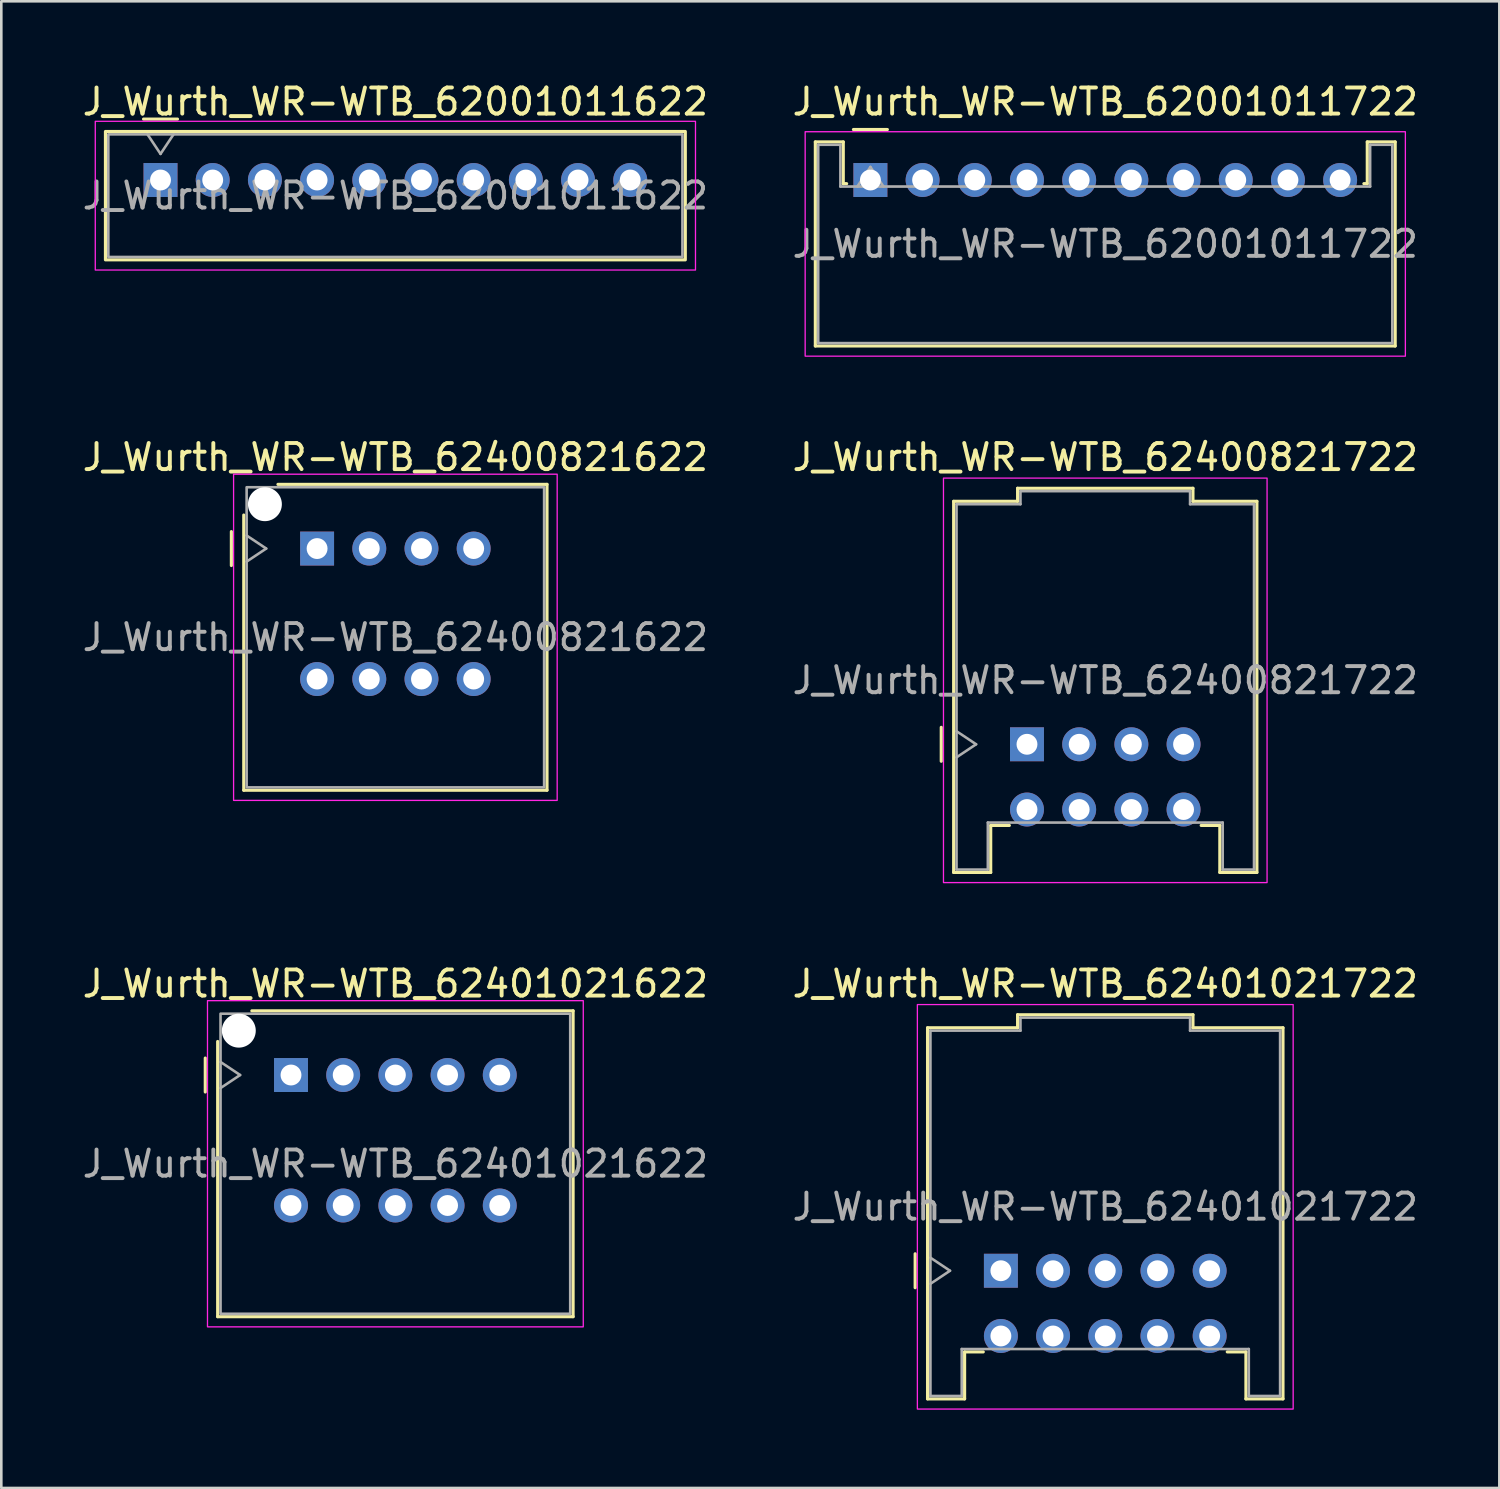
<source format=kicad_pcb>
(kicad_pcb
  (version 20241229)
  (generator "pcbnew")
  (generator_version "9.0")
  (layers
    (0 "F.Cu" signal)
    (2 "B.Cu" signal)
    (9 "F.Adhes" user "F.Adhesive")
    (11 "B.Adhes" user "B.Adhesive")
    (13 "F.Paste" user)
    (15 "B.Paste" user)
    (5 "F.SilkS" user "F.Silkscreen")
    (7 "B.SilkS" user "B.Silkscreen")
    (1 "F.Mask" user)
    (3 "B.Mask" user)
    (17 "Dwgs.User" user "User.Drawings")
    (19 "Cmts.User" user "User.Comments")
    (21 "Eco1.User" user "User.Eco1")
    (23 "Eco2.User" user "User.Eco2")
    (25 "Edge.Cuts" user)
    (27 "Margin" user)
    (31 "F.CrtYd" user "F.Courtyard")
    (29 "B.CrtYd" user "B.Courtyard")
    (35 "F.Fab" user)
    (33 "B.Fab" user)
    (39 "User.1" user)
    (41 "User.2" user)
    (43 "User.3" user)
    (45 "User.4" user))
  (footprint "J_Wurth_WR-WTB_62400821722"
    (layer "F.Cu")
    (at 36.304 25.471)
    (property "Reference" "J_Wurth_WR-WTB_62400821722" (at 3 -11 0) (unlocked yes) (layer "F.SilkS") (effects (font (size 1 1) (thickness 0.15))))
    (attr through_hole)
    (fp_line (start -3.285 -0.65) (end -3.285 0.65) (stroke (width 0.12) (type solid)) (layer "F.SilkS"))
    (fp_line (start -2.81 -9.31) (end -0.36 -9.31) (stroke (width 0.12) (type solid)) (layer "F.SilkS"))
    (fp_line (start -2.81 4.91) (end -2.81 -9.31) (stroke (width 0.12) (type default)) (layer "F.SilkS"))
    (fp_line (start -2.81 4.91) (end -1.39 4.91) (stroke (width 0.12) (type solid)) (layer "F.SilkS"))
    (fp_line (start -1.39 4.91) (end -1.39 3.11) (stroke (width 0.12) (type solid)) (layer "F.SilkS"))
    (fp_line (start -0.675 3.11) (end -1.39 3.11) (stroke (width 0.12) (type default)) (layer "F.SilkS"))
    (fp_line (start -0.36 -9.31) (end -0.36 -9.81) (stroke (width 0.12) (type solid)) (layer "F.SilkS"))
    (fp_line (start 6.36 -9.81) (end -0.36 -9.81) (stroke (width 0.12) (type default)) (layer "F.SilkS"))
    (fp_line (start 6.36 -9.31) (end 6.36 -9.81) (stroke (width 0.12) (type solid)) (layer "F.SilkS"))
    (fp_line (start 7.39 3.11) (end 6.675 3.11) (stroke (width 0.12) (type default)) (layer "F.SilkS"))
    (fp_line (start 7.39 4.91) (end 7.39 3.11) (stroke (width 0.12) (type solid)) (layer "F.SilkS"))
    (fp_line (start 8.81 -9.31) (end 6.36 -9.31) (stroke (width 0.12) (type solid)) (layer "F.SilkS"))
    (fp_line (start 8.81 -9.31) (end 8.81 4.91) (stroke (width 0.12) (type default)) (layer "F.SilkS"))
    (fp_line (start 8.81 4.91) (end 7.39 4.91) (stroke (width 0.12) (type solid)) (layer "F.SilkS"))
    (fp_rect (start -3.2 -10.2) (end 9.2 5.3) (stroke (width 0.05) (type solid)) (fill no) (layer "F.CrtYd"))
    (fp_line (start -2.7 -9.2) (end -0.25 -9.2) (stroke (width 0.1) (type solid)) (layer "F.Fab"))
    (fp_line (start -2.7 4.8) (end -2.7 -9.2) (stroke (width 0.1) (type default)) (layer "F.Fab"))
    (fp_line (start -2.7 4.8) (end -1.5 4.8) (stroke (width 0.1) (type solid)) (layer "F.Fab"))
    (fp_line (start -1.95 0) (end -2.7 -0.5) (stroke (width 0.1) (type solid)) (layer "F.Fab"))
    (fp_line (start -1.95 0) (end -2.7 0.5) (stroke (width 0.1) (type solid)) (layer "F.Fab"))
    (fp_line (start -1.5 4.8) (end -1.5 3) (stroke (width 0.1) (type solid)) (layer "F.Fab"))
    (fp_line (start -0.25 -9.2) (end -0.25 -9.7) (stroke (width 0.1) (type solid)) (layer "F.Fab"))
    (fp_line (start 6.25 -9.7) (end -0.25 -9.7) (stroke (width 0.1) (type default)) (layer "F.Fab"))
    (fp_line (start 6.25 -9.2) (end 6.25 -9.7) (stroke (width 0.1) (type solid)) (layer "F.Fab"))
    (fp_line (start 7.5 3) (end -1.5 3) (stroke (width 0.1) (type default)) (layer "F.Fab"))
    (fp_line (start 7.5 4.8) (end 7.5 3) (stroke (width 0.1) (type solid)) (layer "F.Fab"))
    (fp_line (start 8.7 -9.2) (end 6.25 -9.2) (stroke (width 0.1) (type solid)) (layer "F.Fab"))
    (fp_line (start 8.7 -9.2) (end 8.7 4.8) (stroke (width 0.1) (type default)) (layer "F.Fab"))
    (fp_line (start 8.7 4.8) (end 7.5 4.8) (stroke (width 0.1) (type solid)) (layer "F.Fab"))
    (fp_text user "${REFERENCE}" (at 3 -2.45 0) (unlocked yes) (layer "F.Fab") (effects (font (size 1 1) (thickness 0.15))))
    (pad "1" thru_hole rect (at 0 0 180) (size 1.3 1.3) (drill 0.8) (layers "*.Cu" "*.Mask"))
    (pad "2" thru_hole circle (at 0 2.5 180) (size 1.3 1.3) (drill 0.8) (layers "*.Cu" "*.Mask"))
    (pad "3" thru_hole circle (at 2 0 180) (size 1.3 1.3) (drill 0.8) (layers "*.Cu" "*.Mask"))
    (pad "4" thru_hole circle (at 2 2.5 180) (size 1.3 1.3) (drill 0.8) (layers "*.Cu" "*.Mask"))
    (pad "5" thru_hole circle (at 4 0 180) (size 1.3 1.3) (drill 0.8) (layers "*.Cu" "*.Mask"))
    (pad "6" thru_hole circle (at 4 2.5 180) (size 1.3 1.3) (drill 0.8) (layers "*.Cu" "*.Mask"))
    (pad "7" thru_hole circle (at 6 2.5 180) (size 1.3 1.3) (drill 0.8) (layers "*.Cu" "*.Mask"))
    (pad "8" thru_hole circle (at 6 0 180) (size 1.3 1.3) (drill 0.8) (layers "*.Cu" "*.Mask")))
  (footprint "J_Wurth_WR-WTB_62001011722"
    (layer "F.Cu")
    (at 30.304 3.848)
    (property "Reference" "J_Wurth_WR-WTB_62001011722" (at 9 -3 0) (unlocked yes) (layer "F.SilkS") (effects (font (size 1 1) (thickness 0.15))))
    (attr through_hole)
    (fp_line (start -2.11 -1.46) (end -1.04 -1.46) (stroke (width 0.12) (type solid)) (layer "F.SilkS"))
    (fp_line (start -2.11 6.36) (end -2.11 -1.46) (stroke (width 0.12) (type default)) (layer "F.SilkS"))
    (fp_line (start -1.04 -1.46) (end -1.04 0.14) (stroke (width 0.12) (type solid)) (layer "F.SilkS"))
    (fp_line (start -1.04 0.14) (end -0.91 0.14) (stroke (width 0.12) (type solid)) (layer "F.SilkS"))
    (fp_line (start 0.65 -1.935) (end -0.65 -1.935) (stroke (width 0.12) (type solid)) (layer "F.SilkS"))
    (fp_line (start 18.91 0.14) (end 19.04 0.14) (stroke (width 0.12) (type solid)) (layer "F.SilkS"))
    (fp_line (start 19.04 -1.46) (end 19.04 0.14) (stroke (width 0.12) (type solid)) (layer "F.SilkS"))
    (fp_line (start 20.11 -1.46) (end 19.04 -1.46) (stroke (width 0.12) (type solid)) (layer "F.SilkS"))
    (fp_line (start 20.11 -1.46) (end 20.11 6.36) (stroke (width 0.12) (type default)) (layer "F.SilkS"))
    (fp_line (start 20.11 6.36) (end -2.11 6.36) (stroke (width 0.12) (type default)) (layer "F.SilkS"))
    (fp_rect (start -2.5 -1.85) (end 20.5 6.75) (stroke (width 0.05) (type solid)) (fill no) (layer "F.CrtYd"))
    (fp_line (start -2 -1.35) (end -1.15 -1.35) (stroke (width 0.1) (type solid)) (layer "F.Fab"))
    (fp_line (start -2 6.25) (end -2 -1.35) (stroke (width 0.1) (type default)) (layer "F.Fab"))
    (fp_line (start -1.15 -1.35) (end -1.15 0.25) (stroke (width 0.1) (type solid)) (layer "F.Fab"))
    (fp_line (start -1.15 0.25) (end 19.15 0.25) (stroke (width 0.1) (type solid)) (layer "F.Fab"))
    (fp_line (start 0 -0.5) (end -0.5 0.25) (stroke (width 0.1) (type solid)) (layer "F.Fab"))
    (fp_line (start 0 -0.5) (end 0.5 0.25) (stroke (width 0.1) (type solid)) (layer "F.Fab"))
    (fp_line (start 19.15 -1.35) (end 19.15 0.25) (stroke (width 0.1) (type solid)) (layer "F.Fab"))
    (fp_line (start 20 -1.35) (end 19.15 -1.35) (stroke (width 0.1) (type solid)) (layer "F.Fab"))
    (fp_line (start 20 -1.35) (end 20 6.25) (stroke (width 0.1) (type default)) (layer "F.Fab"))
    (fp_line (start 20 6.25) (end -2 6.25) (stroke (width 0.1) (type default)) (layer "F.Fab"))
    (fp_text user "${REFERENCE}" (at 9 2.45 0) (unlocked yes) (layer "F.Fab") (effects (font (size 1 1) (thickness 0.15))))
    (pad "1" thru_hole rect (at 0 0) (size 1.3 1.3) (drill 0.8) (layers "*.Cu" "*.Mask"))
    (pad "2" thru_hole circle (at 2 0) (size 1.3 1.3) (drill 0.8) (layers "*.Cu" "*.Mask"))
    (pad "3" thru_hole circle (at 4 0) (size 1.3 1.3) (drill 0.8) (layers "*.Cu" "*.Mask"))
    (pad "4" thru_hole circle (at 6 0) (size 1.3 1.3) (drill 0.8) (layers "*.Cu" "*.Mask"))
    (pad "5" thru_hole circle (at 8 0) (size 1.3 1.3) (drill 0.8) (layers "*.Cu" "*.Mask"))
    (pad "6" thru_hole circle (at 10 0) (size 1.3 1.3) (drill 0.8) (layers "*.Cu" "*.Mask"))
    (pad "7" thru_hole circle (at 12 0) (size 1.3 1.3) (drill 0.8) (layers "*.Cu" "*.Mask"))
    (pad "8" thru_hole circle (at 14 0) (size 1.3 1.3) (drill 0.8) (layers "*.Cu" "*.Mask"))
    (pad "9" thru_hole circle (at 16 0) (size 1.3 1.3) (drill 0.8) (layers "*.Cu" "*.Mask"))
    (pad "10" thru_hole circle (at 18 0) (size 1.3 1.3) (drill 0.8) (layers "*.Cu" "*.Mask")))
  (footprint "J_Wurth_WR-WTB_62400821622"
    (layer "F.Cu")
    (at 9.101 17.971)
    (property "Reference" "J_Wurth_WR-WTB_62400821622" (at 3 -3.5 0) (unlocked yes) (layer "F.SilkS") (effects (font (size 1 1) (thickness 0.15))))
    (attr through_hole)
    (fp_line (start -3.285 -0.65) (end -3.285 0.65) (stroke (width 0.12) (type solid)) (layer "F.SilkS"))
    (fp_line (start -2.81 9.26) (end -2.81 -1.285) (stroke (width 0.12) (type default)) (layer "F.SilkS"))
    (fp_line (start -1.5 -2.46) (end 8.81 -2.46) (stroke (width 0.12) (type default)) (layer "F.SilkS"))
    (fp_line (start 8.81 -2.46) (end 8.81 9.26) (stroke (width 0.12) (type default)) (layer "F.SilkS"))
    (fp_line (start 8.81 9.26) (end -2.81 9.26) (stroke (width 0.12) (type default)) (layer "F.SilkS"))
    (fp_rect (start -3.2 -2.85) (end 9.2 9.65) (stroke (width 0.05) (type default)) (fill no) (layer "F.CrtYd"))
    (fp_line (start -1.95 0) (end -2.7 -0.5) (stroke (width 0.1) (type solid)) (layer "F.Fab"))
    (fp_line (start -1.95 0) (end -2.7 0.5) (stroke (width 0.1) (type solid)) (layer "F.Fab"))
    (fp_rect (start -2.7 -2.35) (end 8.7 9.15) (stroke (width 0.1) (type solid)) (fill no) (layer "F.Fab"))
    (fp_text user "${REFERENCE}" (at 3 3.4 0) (unlocked yes) (layer "F.Fab") (effects (font (size 1 1) (thickness 0.15))))
    (pad "" np_thru_hole circle (at -2 -1.7) (size 1.3 1.3) (drill 1.3) (layers "*.Cu" "*.Mask"))
    (pad "1" thru_hole rect (at 0 0) (size 1.3 1.3) (drill 0.8) (layers "*.Cu" "*.Mask"))
    (pad "2" thru_hole circle (at 0 5) (size 1.3 1.3) (drill 0.8) (layers "*.Cu" "*.Mask"))
    (pad "3" thru_hole circle (at 2 0) (size 1.3 1.3) (drill 0.8) (layers "*.Cu" "*.Mask"))
    (pad "4" thru_hole circle (at 2 5) (size 1.3 1.3) (drill 0.8) (layers "*.Cu" "*.Mask"))
    (pad "5" thru_hole circle (at 4 0) (size 1.3 1.3) (drill 0.8) (layers "*.Cu" "*.Mask"))
    (pad "6" thru_hole circle (at 4 5) (size 1.3 1.3) (drill 0.8) (layers "*.Cu" "*.Mask"))
    (pad "7" thru_hole circle (at 6 0) (size 1.3 1.3) (drill 0.8) (layers "*.Cu" "*.Mask"))
    (pad "8" thru_hole circle (at 6 5) (size 1.3 1.3) (drill 0.8) (layers "*.Cu" "*.Mask")))
  (footprint "J_Wurth_WR-WTB_62401021722"
    (layer "F.Cu")
    (at 35.304 45.645)
    (property "Reference" "J_Wurth_WR-WTB_62401021722" (at 4 -11 0) (unlocked yes) (layer "F.SilkS") (effects (font (size 1 1) (thickness 0.15))))
    (attr through_hole)
    (fp_line (start -3.285 -0.65) (end -3.285 0.65) (stroke (width 0.12) (type solid)) (layer "F.SilkS"))
    (fp_line (start -2.81 -9.31) (end 0.64 -9.31) (stroke (width 0.12) (type solid)) (layer "F.SilkS"))
    (fp_line (start -2.81 4.91) (end -2.81 -9.31) (stroke (width 0.12) (type default)) (layer "F.SilkS"))
    (fp_line (start -2.81 4.91) (end -1.39 4.91) (stroke (width 0.12) (type solid)) (layer "F.SilkS"))
    (fp_line (start -1.39 4.91) (end -1.39 3.11) (stroke (width 0.12) (type solid)) (layer "F.SilkS"))
    (fp_line (start -0.675 3.11) (end -1.39 3.11) (stroke (width 0.12) (type default)) (layer "F.SilkS"))
    (fp_line (start 0.64 -9.31) (end 0.64 -9.81) (stroke (width 0.12) (type solid)) (layer "F.SilkS"))
    (fp_line (start 7.36 -9.81) (end 0.64 -9.81) (stroke (width 0.12) (type default)) (layer "F.SilkS"))
    (fp_line (start 7.36 -9.31) (end 7.36 -9.81) (stroke (width 0.12) (type solid)) (layer "F.SilkS"))
    (fp_line (start 9.39 3.11) (end 8.675 3.11) (stroke (width 0.12) (type default)) (layer "F.SilkS"))
    (fp_line (start 9.39 4.91) (end 9.39 3.11) (stroke (width 0.12) (type solid)) (layer "F.SilkS"))
    (fp_line (start 10.81 -9.31) (end 7.36 -9.31) (stroke (width 0.12) (type solid)) (layer "F.SilkS"))
    (fp_line (start 10.81 -9.31) (end 10.81 4.91) (stroke (width 0.12) (type default)) (layer "F.SilkS"))
    (fp_line (start 10.81 4.91) (end 9.39 4.91) (stroke (width 0.12) (type solid)) (layer "F.SilkS"))
    (fp_rect (start -3.2 -10.2) (end 11.2 5.3) (stroke (width 0.05) (type solid)) (fill no) (layer "F.CrtYd"))
    (fp_line (start -2.7 -9.2) (end 0.75 -9.2) (stroke (width 0.1) (type solid)) (layer "F.Fab"))
    (fp_line (start -2.7 4.8) (end -2.7 -9.2) (stroke (width 0.1) (type default)) (layer "F.Fab"))
    (fp_line (start -2.7 4.8) (end -1.5 4.8) (stroke (width 0.1) (type solid)) (layer "F.Fab"))
    (fp_line (start -1.95 0) (end -2.7 -0.5) (stroke (width 0.1) (type solid)) (layer "F.Fab"))
    (fp_line (start -1.95 0) (end -2.7 0.5) (stroke (width 0.1) (type solid)) (layer "F.Fab"))
    (fp_line (start -1.5 4.8) (end -1.5 3) (stroke (width 0.1) (type solid)) (layer "F.Fab"))
    (fp_line (start 0.75 -9.2) (end 0.75 -9.7) (stroke (width 0.1) (type solid)) (layer "F.Fab"))
    (fp_line (start 7.25 -9.7) (end 0.75 -9.7) (stroke (width 0.1) (type default)) (layer "F.Fab"))
    (fp_line (start 7.25 -9.2) (end 7.25 -9.7) (stroke (width 0.1) (type solid)) (layer "F.Fab"))
    (fp_line (start 9.5 3) (end -1.5 3) (stroke (width 0.1) (type default)) (layer "F.Fab"))
    (fp_line (start 9.5 4.8) (end 9.5 3) (stroke (width 0.1) (type solid)) (layer "F.Fab"))
    (fp_line (start 10.7 -9.2) (end 7.25 -9.2) (stroke (width 0.1) (type solid)) (layer "F.Fab"))
    (fp_line (start 10.7 -9.2) (end 10.7 4.8) (stroke (width 0.1) (type default)) (layer "F.Fab"))
    (fp_line (start 10.7 4.8) (end 9.5 4.8) (stroke (width 0.1) (type solid)) (layer "F.Fab"))
    (fp_text user "${REFERENCE}" (at 4 -2.45 0) (unlocked yes) (layer "F.Fab") (effects (font (size 1 1) (thickness 0.15))))
    (pad "1" thru_hole rect (at 0 0 180) (size 1.3 1.3) (drill 0.8) (layers "*.Cu" "*.Mask"))
    (pad "2" thru_hole circle (at 0 2.5 180) (size 1.3 1.3) (drill 0.8) (layers "*.Cu" "*.Mask"))
    (pad "3" thru_hole circle (at 2 0 180) (size 1.3 1.3) (drill 0.8) (layers "*.Cu" "*.Mask"))
    (pad "4" thru_hole circle (at 2 2.5 180) (size 1.3 1.3) (drill 0.8) (layers "*.Cu" "*.Mask"))
    (pad "5" thru_hole circle (at 4 0 180) (size 1.3 1.3) (drill 0.8) (layers "*.Cu" "*.Mask"))
    (pad "6" thru_hole circle (at 4 2.5 180) (size 1.3 1.3) (drill 0.8) (layers "*.Cu" "*.Mask"))
    (pad "7" thru_hole circle (at 6 2.5 180) (size 1.3 1.3) (drill 0.8) (layers "*.Cu" "*.Mask"))
    (pad "8" thru_hole circle (at 6 0 180) (size 1.3 1.3) (drill 0.8) (layers "*.Cu" "*.Mask"))
    (pad "9" thru_hole circle (at 8 2.5 180) (size 1.3 1.3) (drill 0.8) (layers "*.Cu" "*.Mask"))
    (pad "10" thru_hole circle (at 8 0 180) (size 1.3 1.3) (drill 0.8) (layers "*.Cu" "*.Mask")))
  (footprint "J_Wurth_WR-WTB_62401021622"
    (layer "F.Cu")
    (at 8.101 38.145)
    (property "Reference" "J_Wurth_WR-WTB_62401021622" (at 4 -3.5 0) (unlocked yes) (layer "F.SilkS") (effects (font (size 1 1) (thickness 0.15))))
    (attr through_hole)
    (fp_line (start -3.285 -0.65) (end -3.285 0.65) (stroke (width 0.12) (type solid)) (layer "F.SilkS"))
    (fp_line (start -2.81 9.26) (end -2.81 -1.285) (stroke (width 0.12) (type default)) (layer "F.SilkS"))
    (fp_line (start -1.5 -2.46) (end 10.81 -2.46) (stroke (width 0.12) (type default)) (layer "F.SilkS"))
    (fp_line (start 10.81 -2.46) (end 10.81 9.26) (stroke (width 0.12) (type solid)) (layer "F.SilkS"))
    (fp_line (start 10.81 9.26) (end -2.81 9.26) (stroke (width 0.12) (type default)) (layer "F.SilkS"))
    (fp_rect (start -3.2 -2.85) (end 11.2 9.65) (stroke (width 0.05) (type solid)) (fill no) (layer "F.CrtYd"))
    (fp_line (start -1.95 0) (end -2.7 -0.5) (stroke (width 0.1) (type solid)) (layer "F.Fab"))
    (fp_line (start -1.95 0) (end -2.7 0.5) (stroke (width 0.1) (type solid)) (layer "F.Fab"))
    (fp_rect (start -2.7 -2.35) (end 10.7 9.15) (stroke (width 0.1) (type solid)) (fill no) (layer "F.Fab"))
    (fp_text user "${REFERENCE}" (at 4 3.4 0) (unlocked yes) (layer "F.Fab") (effects (font (size 1 1) (thickness 0.15))))
    (pad "" np_thru_hole circle (at -2 -1.7) (size 1.3 1.3) (drill 1.3) (layers "*.Cu" "*.Mask"))
    (pad "1" thru_hole rect (at 0 0) (size 1.3 1.3) (drill 0.8) (layers "*.Cu" "*.Mask"))
    (pad "2" thru_hole circle (at 0 5) (size 1.3 1.3) (drill 0.8) (layers "*.Cu" "*.Mask"))
    (pad "3" thru_hole circle (at 2 0) (size 1.3 1.3) (drill 0.8) (layers "*.Cu" "*.Mask"))
    (pad "4" thru_hole circle (at 2 5) (size 1.3 1.3) (drill 0.8) (layers "*.Cu" "*.Mask"))
    (pad "5" thru_hole circle (at 4 0) (size 1.3 1.3) (drill 0.8) (layers "*.Cu" "*.Mask"))
    (pad "6" thru_hole circle (at 4 5) (size 1.3 1.3) (drill 0.8) (layers "*.Cu" "*.Mask"))
    (pad "7" thru_hole circle (at 6 0) (size 1.3 1.3) (drill 0.8) (layers "*.Cu" "*.Mask"))
    (pad "8" thru_hole circle (at 6 5) (size 1.3 1.3) (drill 0.8) (layers "*.Cu" "*.Mask"))
    (pad "9" thru_hole circle (at 8 0) (size 1.3 1.3) (drill 0.8) (layers "*.Cu" "*.Mask"))
    (pad "10" thru_hole circle (at 8 5) (size 1.3 1.3) (drill 0.8) (layers "*.Cu" "*.Mask")))
  (footprint "J_Wurth_WR-WTB_62001011622"
    (layer "F.Cu")
    (at 3.101 3.848)
    (property "Reference" "J_Wurth_WR-WTB_62001011622" (at 9 -3 0) (unlocked yes) (layer "F.SilkS") (effects (font (size 1 1) (thickness 0.15))))
    (attr through_hole)
    (fp_line (start 0.65 -2.335) (end -0.65 -2.335) (stroke (width 0.12) (type solid)) (layer "F.SilkS"))
    (fp_rect (start -2.11 -1.86) (end 20.11 3.06) (stroke (width 0.12) (type solid)) (fill no) (layer "F.SilkS"))
    (fp_rect (start -2.5 -2.25) (end 20.5 3.45) (stroke (width 0.05) (type solid)) (fill no) (layer "F.CrtYd"))
    (fp_line (start 0 -1) (end -0.5 -1.75) (stroke (width 0.1) (type solid)) (layer "F.Fab"))
    (fp_line (start 0 -1) (end 0.5 -1.75) (stroke (width 0.1) (type solid)) (layer "F.Fab"))
    (fp_rect (start -2 -1.75) (end 20 2.95) (stroke (width 0.1) (type solid)) (fill no) (layer "F.Fab"))
    (fp_text user "${REFERENCE}" (at 9 0.6 0) (unlocked yes) (layer "F.Fab") (effects (font (size 1 1) (thickness 0.15))))
    (pad "1" thru_hole rect (at 0 0 180) (size 1.3 1.3) (drill 0.8) (layers "*.Cu" "*.Mask"))
    (pad "2" thru_hole circle (at 2 0 180) (size 1.3 1.3) (drill 0.8) (layers "*.Cu" "*.Mask"))
    (pad "3" thru_hole circle (at 4 0 180) (size 1.3 1.3) (drill 0.8) (layers "*.Cu" "*.Mask"))
    (pad "4" thru_hole circle (at 6 0 180) (size 1.3 1.3) (drill 0.8) (layers "*.Cu" "*.Mask"))
    (pad "5" thru_hole circle (at 8 0 180) (size 1.3 1.3) (drill 0.8) (layers "*.Cu" "*.Mask"))
    (pad "6" thru_hole circle (at 10 0 180) (size 1.3 1.3) (drill 0.8) (layers "*.Cu" "*.Mask"))
    (pad "7" thru_hole circle (at 12 0 180) (size 1.3 1.3) (drill 0.8) (layers "*.Cu" "*.Mask"))
    (pad "8" thru_hole circle (at 14 0 180) (size 1.3 1.3) (drill 0.8) (layers "*.Cu" "*.Mask"))
    (pad "9" thru_hole circle (at 16 0 180) (size 1.3 1.3) (drill 0.8) (layers "*.Cu" "*.Mask"))
    (pad "10" thru_hole circle (at 18 0 180) (size 1.3 1.3) (drill 0.8) (layers "*.Cu" "*.Mask")))
  (gr_rect
    (start -3 -3)
    (end 54.405 53.97)
    (stroke (width 0.1) (type default))
    (fill no)
    (layer "Edge.Cuts")))
</source>
